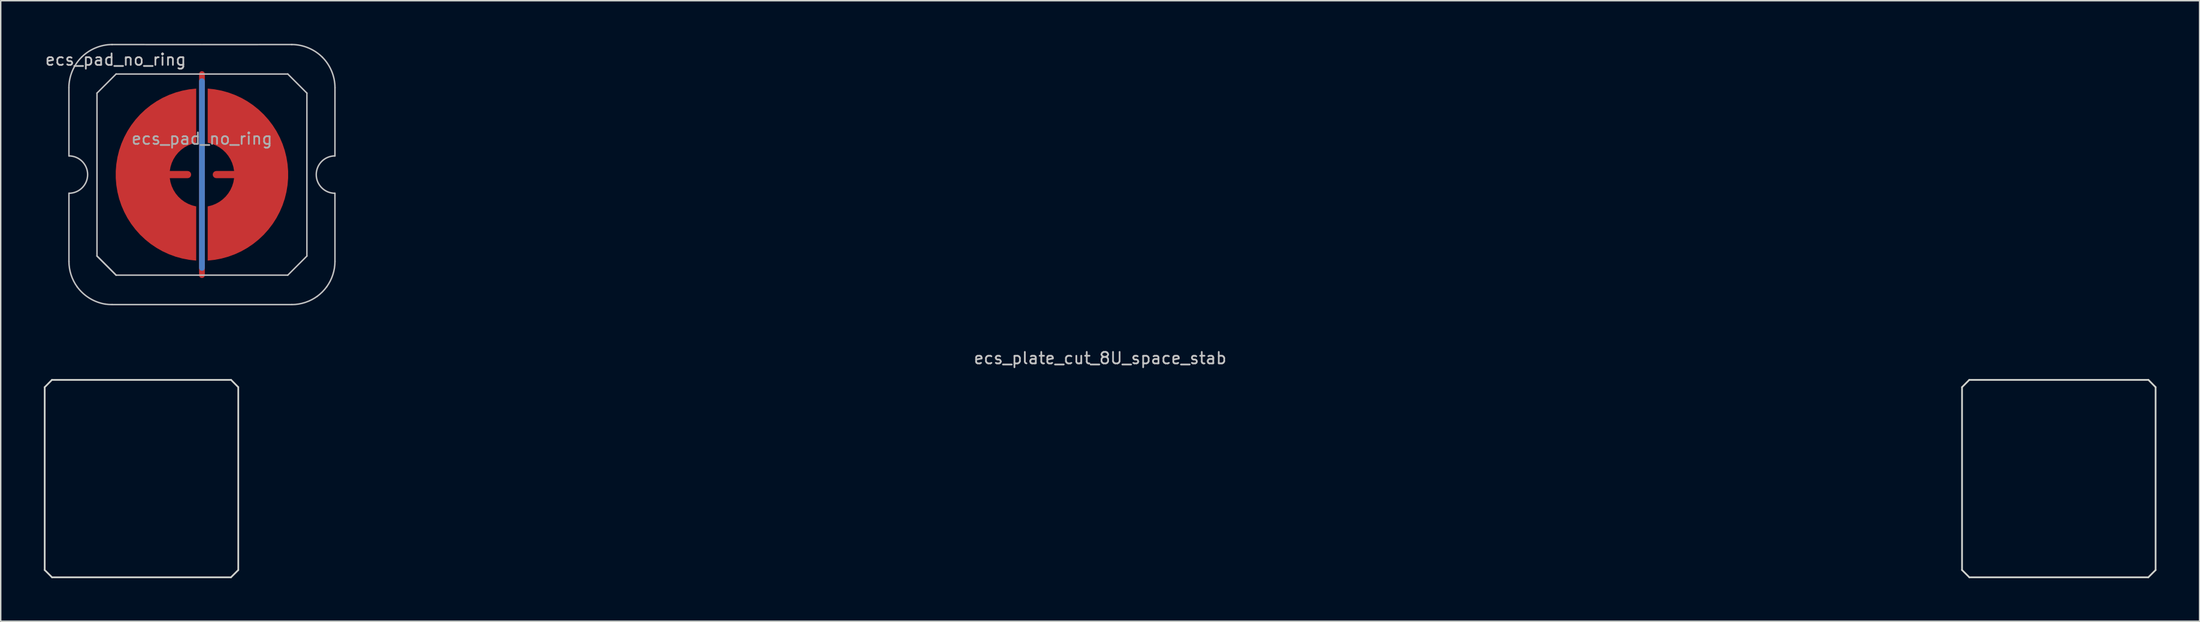
<source format=kicad_pcb>
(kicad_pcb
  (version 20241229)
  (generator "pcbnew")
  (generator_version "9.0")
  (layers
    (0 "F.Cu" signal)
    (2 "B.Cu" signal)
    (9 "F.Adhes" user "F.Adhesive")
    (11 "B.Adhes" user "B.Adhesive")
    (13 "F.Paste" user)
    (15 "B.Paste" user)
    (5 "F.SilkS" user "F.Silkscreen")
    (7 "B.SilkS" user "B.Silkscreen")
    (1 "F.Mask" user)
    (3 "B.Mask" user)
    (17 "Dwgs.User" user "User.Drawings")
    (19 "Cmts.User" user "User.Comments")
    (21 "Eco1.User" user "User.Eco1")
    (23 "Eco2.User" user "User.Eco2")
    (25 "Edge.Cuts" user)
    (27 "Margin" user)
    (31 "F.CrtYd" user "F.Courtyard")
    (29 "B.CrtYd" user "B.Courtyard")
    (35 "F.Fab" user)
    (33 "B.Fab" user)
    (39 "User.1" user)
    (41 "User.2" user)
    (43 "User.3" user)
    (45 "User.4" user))
  (footprint "ecs_plate_cut_8U_space_stab"
    (layer "F.Cu")
    (at 73.466 30.263)
    (property "Reference" "ecs_plate_cut_8U_space_stab" (at 0 -8.382 0) (layer "Dwgs.User") (effects (font (size 0.8 0.8) (thickness 0.12))))
    (attr smd)
    (fp_line (start -73.406 -6.364) (end -73.406 6.364) (stroke (width 0.12) (type solid)) (layer "Edge.Cuts"))
    (fp_line (start -73.406 -6.364) (end -72.906 -6.87) (stroke (width 0.12) (type solid)) (layer "Edge.Cuts"))
    (fp_line (start -73.406 6.364) (end -72.899 6.87) (stroke (width 0.12) (type solid)) (layer "Edge.Cuts"))
    (fp_line (start -72.906 -6.87) (end -60.444 -6.87) (stroke (width 0.12) (type solid)) (layer "Edge.Cuts"))
    (fp_line (start -72.899 6.87) (end -60.451 6.87) (stroke (width 0.12) (type solid)) (layer "Edge.Cuts"))
    (fp_line (start -60.451 6.87) (end -59.944 6.364) (stroke (width 0.12) (type solid)) (layer "Edge.Cuts"))
    (fp_line (start -60.444 -6.87) (end -59.944 -6.364) (stroke (width 0.12) (type solid)) (layer "Edge.Cuts"))
    (fp_line (start -59.944 6.364) (end -59.944 -6.364) (stroke (width 0.12) (type solid)) (layer "Edge.Cuts"))
    (fp_line (start 59.944 -6.364) (end 59.944 6.364) (stroke (width 0.12) (type solid)) (layer "Edge.Cuts"))
    (fp_line (start 59.944 -6.364) (end 60.444 -6.87) (stroke (width 0.12) (type solid)) (layer "Edge.Cuts"))
    (fp_line (start 59.944 6.364) (end 60.451 6.87) (stroke (width 0.12) (type solid)) (layer "Edge.Cuts"))
    (fp_line (start 60.444 -6.87) (end 72.906 -6.87) (stroke (width 0.12) (type solid)) (layer "Edge.Cuts"))
    (fp_line (start 60.451 6.87) (end 72.899 6.87) (stroke (width 0.12) (type solid)) (layer "Edge.Cuts"))
    (fp_line (start 72.899 6.87) (end 73.406 6.364) (stroke (width 0.12) (type solid)) (layer "Edge.Cuts"))
    (fp_line (start 72.906 -6.87) (end 73.406 -6.364) (stroke (width 0.12) (type solid)) (layer "Edge.Cuts"))
    (fp_line (start 73.406 6.364) (end 73.406 -6.364) (stroke (width 0.12) (type solid)) (layer "Edge.Cuts")))
  (footprint "ecs_pad_no_ring"
    (layer "F.Cu")
    (at 10.995 9.102)
    (property "Reference" "ecs_pad_no_ring" (at -6 -8 0) (layer "Dwgs.User") (effects (font (size 0.8 0.8) (thickness 0.12))))
    (attr smd)
    (fp_line (start -9.252 -6.05) (end -9.25 -1.3) (stroke (width 0.1) (type solid)) (layer "Dwgs.User"))
    (fp_line (start -9.25 1.3) (end -9.25 6.049) (stroke (width 0.1) (type solid)) (layer "Dwgs.User"))
    (fp_line (start -7.3 -5.67) (end -5.97 -7) (stroke (width 0.1) (type solid)) (layer "Dwgs.User"))
    (fp_line (start -7.3 5.67) (end -7.3 -5.67) (stroke (width 0.1) (type solid)) (layer "Dwgs.User"))
    (fp_line (start -7.3 5.67) (end -5.97 7) (stroke (width 0.1) (type solid)) (layer "Dwgs.User"))
    (fp_line (start -5.97 -7) (end 5.97 -7) (stroke (width 0.1) (type solid)) (layer "Dwgs.User"))
    (fp_line (start -5.97 7) (end -7.3 5.67) (stroke (width 0.1) (type solid)) (layer "Dwgs.User"))
    (fp_line (start 5.97 -7) (end 7.3 -5.67) (stroke (width 0.1) (type solid)) (layer "Dwgs.User"))
    (fp_line (start 5.97 7) (end -5.97 7) (stroke (width 0.1) (type solid)) (layer "Dwgs.User"))
    (fp_line (start 7.3 -5.67) (end 7.3 5.67) (stroke (width 0.1) (type solid)) (layer "Dwgs.User"))
    (fp_line (start 7.3 5.67) (end 5.97 7) (stroke (width 0.1) (type solid)) (layer "Dwgs.User"))
    (fp_line (start 9.25 1.3) (end 9.251 6.049) (stroke (width 0.1) (type solid)) (layer "Dwgs.User"))
    (fp_line (start 9.252 -6.05) (end 9.25 -1.3) (stroke (width 0.1) (type solid)) (layer "Dwgs.User"))
    (fp_arc (start -9.25 -1.3) (mid -7.95 0) (end -9.25 1.3) (stroke (width 0.1) (type solid)) (layer "Dwgs.User"))
    (fp_arc (start 9.25 1.3) (mid 7.95 0) (end 9.25 -1.3) (stroke (width 0.1) (type solid)) (layer "Dwgs.User"))
    (fp_curve (pts (xy -9.25 6.049) (xy -9.25 6.677) (xy -9.046 7.307) (xy -8.677 7.814)) (stroke (width 0.1) (type solid)) (layer "Dwgs.User"))
    (fp_curve (pts (xy -8.677 7.814) (xy -8.215 8.449) (xy -7.496 8.893) (xy -6.72 9.015)) (stroke (width 0.1) (type solid)) (layer "Dwgs.User"))
    (fp_curve (pts (xy -8.372 -8.172) (xy -8.926 -7.618) (xy -9.254 -6.836) (xy -9.252 -6.05)) (stroke (width 0.1) (type solid)) (layer "Dwgs.User"))
    (fp_curve (pts (xy -6.72 9.015) (xy -6.564 9.039) (xy -6.407 9.05) (xy -6.25 9.05)) (stroke (width 0.1) (type solid)) (layer "Dwgs.User"))
    (fp_curve (pts (xy -6.25 9.05) (xy -2.118 9.052) (xy 2.117 9.05) (xy 6.25 9.05)) (stroke (width 0.1) (type solid)) (layer "Dwgs.User"))
    (fp_curve (pts (xy -6.25 -9.052) (xy -7.035 -9.053) (xy -7.817 -8.726) (xy -8.372 -8.172)) (stroke (width 0.1) (type solid)) (layer "Dwgs.User"))
    (fp_curve (pts (xy 6.25 -9.052) (xy 2.116 -9.046) (xy -2.116 -9.046) (xy -6.25 -9.052)) (stroke (width 0.1) (type solid)) (layer "Dwgs.User"))
    (fp_curve (pts (xy 6.25 9.05) (xy 6.878 9.05) (xy 7.504 8.844) (xy 8.013 8.476)) (stroke (width 0.1) (type solid)) (layer "Dwgs.User"))
    (fp_curve (pts (xy 8.013 8.476) (xy 8.267 8.291) (xy 8.492 8.066) (xy 8.676 7.812)) (stroke (width 0.1) (type solid)) (layer "Dwgs.User"))
    (fp_curve (pts (xy 8.372 -8.172) (xy 7.817 -8.726) (xy 7.035 -9.053) (xy 6.25 -9.052)) (stroke (width 0.1) (type solid)) (layer "Dwgs.User"))
    (fp_curve (pts (xy 8.676 7.812) (xy 9.045 7.303) (xy 9.251 6.678) (xy 9.251 6.049)) (stroke (width 0.1) (type solid)) (layer "Dwgs.User"))
    (fp_curve (pts (xy 9.252 -6.05) (xy 9.254 -6.836) (xy 8.926 -7.618) (xy 8.372 -8.172)) (stroke (width 0.1) (type solid)) (layer "Dwgs.User"))
    (fp_text user "${REFERENCE}" (at 0 -2.5 0) (layer "F.Fab") (effects (font (size 0.8 0.8) (thickness 0.12))))
    (pad "1" smd custom (at -1 0) (size 0.4 0.4) (layers "F.Cu") (options (anchor circle)) (primitives (gr_poly (pts (xy 0.6 -2.214) (xy 0.32 -2.145) (xy 0.052 -2.041) (xy -0.201 -1.903) (xy -0.434 -1.734) (xy -0.644 -1.536) (xy -0.826 -1.314) (xy -0.979 -1.07) (xy -1.1 -0.808) (xy -1.186 -0.534) (xy -1.236 -0.25) (xy 0 -0.25) (xy 0.096 -0.231) (xy 0.177 -0.177) (xy 0.231 -0.096) (xy 0.25 0) (xy 0.231 0.096) (xy 0.177 0.177) (xy 0.096 0.231) (xy 0 0.25) (xy -1.236 0.25) (xy -1.186 0.534) (xy -1.1 0.808) (xy -0.979 1.07) (xy -0.826 1.314) (xy -0.644 1.536) (xy -0.434 1.734) (xy -0.201 1.903) (xy 0.052 2.041) (xy 0.32 2.145) (xy 0.6 2.214) (xy 0.6 5.987) (xy 0.115 5.934) (xy -0.364 5.843) (xy -0.834 5.713) (xy -1.292 5.545) (xy -1.735 5.341) (xy -2.159 5.101) (xy -2.563 4.827) (xy -2.943 4.522) (xy -3.298 4.187) (xy -3.623 3.824) (xy -3.919 3.436) (xy -4.182 3.025) (xy -4.41 2.594) (xy -4.603 2.147) (xy -4.759 1.684) (xy -4.876 1.211) (xy -4.955 0.73) (xy -4.995 0.244) (xy -4.995 -0.244) (xy -4.955 -0.73) (xy -4.876 -1.211) (xy -4.759 -1.684) (xy -4.603 -2.147) (xy -4.41 -2.594) (xy -4.182 -3.025) (xy -3.919 -3.436) (xy -3.623 -3.824) (xy -3.298 -4.187) (xy -2.943 -4.522) (xy -2.563 -4.827) (xy -2.159 -5.101) (xy -1.735 -5.341) (xy -1.292 -5.545) (xy -0.834 -5.713) (xy -0.364 -5.843) (xy 0.115 -5.934) (xy 0.6 -5.987)) (width 0) (fill yes))))
    (pad "2" smd custom (at 1 0 180) (size 0.4 0.4) (layers "F.Cu") (options (anchor circle)) (primitives (gr_poly (pts (xy 0.6 -2.214) (xy 0.32 -2.145) (xy 0.052 -2.041) (xy -0.201 -1.903) (xy -0.434 -1.734) (xy -0.644 -1.536) (xy -0.826 -1.314) (xy -0.979 -1.07) (xy -1.1 -0.808) (xy -1.186 -0.534) (xy -1.236 -0.25) (xy 0 -0.25) (xy 0.096 -0.231) (xy 0.177 -0.177) (xy 0.231 -0.096) (xy 0.25 0) (xy 0.231 0.096) (xy 0.177 0.177) (xy 0.096 0.231) (xy 0 0.25) (xy -1.236 0.25) (xy -1.186 0.534) (xy -1.1 0.808) (xy -0.979 1.07) (xy -0.826 1.314) (xy -0.644 1.536) (xy -0.434 1.734) (xy -0.201 1.903) (xy 0.052 2.041) (xy 0.32 2.145) (xy 0.6 2.214) (xy 0.6 5.987) (xy 0.115 5.934) (xy -0.364 5.843) (xy -0.834 5.713) (xy -1.292 5.545) (xy -1.735 5.341) (xy -2.159 5.101) (xy -2.563 4.827) (xy -2.943 4.522) (xy -3.298 4.187) (xy -3.623 3.824) (xy -3.919 3.436) (xy -4.182 3.025) (xy -4.41 2.594) (xy -4.603 2.147) (xy -4.759 1.684) (xy -4.876 1.211) (xy -4.955 0.73) (xy -4.995 0.244) (xy -4.995 -0.244) (xy -4.955 -0.73) (xy -4.876 -1.211) (xy -4.759 -1.684) (xy -4.603 -2.147) (xy -4.41 -2.594) (xy -4.182 -3.025) (xy -3.919 -3.436) (xy -3.623 -3.824) (xy -3.298 -4.187) (xy -2.943 -4.522) (xy -2.563 -4.827) (xy -2.159 -5.101) (xy -1.735 -5.341) (xy -1.292 -5.545) (xy -0.834 -5.713) (xy -0.364 -5.843) (xy 0.115 -5.934) (xy 0.6 -5.987)) (width 0) (fill yes))))
    (pad "3" smd custom (at 0 0) (size 0.4 0.4) (layers "F.Cu") (options (anchor rect)) (primitives (gr_line (start 0 -7) (end 0 7) (width 0.4))))
    (pad "3" smd custom (at 0 0) (size 0.4 0.4) (layers "B.Cu") (options (anchor rect)) (primitives (gr_line (start 0 -6.5) (end 0 6.5) (width 0.4))))
    (zone (net_name "") (layer "F.Cu") (hatch edge 0.508) (connect_pads) (min_thickness 0.254) (filled_areas_thickness no) (keepout (tracks allowed) (vias allowed) (pads allowed) (copperpour not_allowed) (footprints allowed)) (placement (enabled no)) (fill) (polygon (pts (xy 18 9.102) (xy 17.981 8.589) (xy 17.925 8.078) (xy 17.831 7.574) (xy 17.701 7.077) (xy 17.535 6.591) (xy 17.333 6.119) (xy 17.098 5.663) (xy 16.83 5.225) (xy 16.53 4.808) (xy 16.201 4.415) (xy 15.844 4.046) (xy 15.46 3.704) (xy 15.053 3.392) (xy 14.624 3.11) (xy 14.175 2.86) (xy 13.71 2.644) (xy 13.23 2.463) (xy 12.737 2.317) (xy 12.236 2.208) (xy 11.727 2.135) (xy 11.215 2.1) (xy 10.702 2.103) (xy 10.19 2.143) (xy 9.683 2.221) (xy 9.182 2.335) (xy 8.692 2.486) (xy 8.213 2.673) (xy 7.75 2.894) (xy 7.304 3.148) (xy 6.878 3.435) (xy 6.474 3.751) (xy 6.094 4.097) (xy 5.741 4.469) (xy 5.416 4.867) (xy 5.12 5.287) (xy 4.857 5.727) (xy 4.626 6.186) (xy 4.43 6.66) (xy 4.268 7.147) (xy 4.143 7.645) (xy 4.055 8.151) (xy 4.004 8.662) (xy 3.991 9.175) (xy 4.015 9.688) (xy 4.077 10.198) (xy 4.175 10.701) (xy 4.311 11.196) (xy 4.482 11.68) (xy 4.689 12.15) (xy 4.929 12.604) (xy 5.202 13.039) (xy 5.506 13.453) (xy 5.839 13.843) (xy 6.2 14.208) (xy 6.587 14.546) (xy 6.997 14.854) (xy 7.429 15.131) (xy 7.881 15.376) (xy 8.348 15.587) (xy 8.831 15.764) (xy 9.324 15.904) (xy 9.827 16.009) (xy 10.336 16.076) (xy 10.849 16.105) (xy 11.362 16.097) (xy 11.873 16.051) (xy 12.38 15.968) (xy 12.879 15.849) (xy 13.368 15.692) (xy 13.844 15.501) (xy 14.305 15.275) (xy 14.749 15.016) (xy 15.172 14.725) (xy 15.572 14.404) (xy 15.948 14.055) (xy 16.298 13.679) (xy 16.619 13.278) (xy 16.91 12.855) (xy 17.169 12.412) (xy 17.395 11.951) (xy 17.586 11.475) (xy 17.742 10.985) (xy 17.862 10.486) (xy 17.945 9.98) (xy 17.991 9.468))))
    (zone (net_name "") (layer "B.Cu") (hatch edge 0.508) (connect_pads) (min_thickness 0.254) (filled_areas_thickness no) (keepout (tracks allowed) (vias allowed) (pads allowed) (copperpour not_allowed) (footprints allowed)) (placement (enabled no)) (fill) (polygon (pts (xy 17.553 9.102) (xy 17.533 8.587) (xy 17.473 8.076) (xy 17.372 7.571) (xy 17.233 7.075) (xy 17.054 6.592) (xy 16.839 6.124) (xy 16.587 5.675) (xy 16.301 5.247) (xy 15.982 4.842) (xy 15.633 4.464) (xy 15.254 4.115) (xy 14.85 3.796) (xy 14.422 3.51) (xy 13.973 3.258) (xy 13.505 3.043) (xy 13.022 2.864) (xy 12.526 2.725) (xy 12.021 2.624) (xy 11.51 2.564) (xy 10.995 2.543) (xy 10.481 2.564) (xy 9.969 2.624) (xy 9.464 2.725) (xy 8.969 2.864) (xy 8.486 3.043) (xy 8.018 3.258) (xy 7.569 3.51) (xy 7.14 3.796) (xy 6.736 4.115) (xy 6.358 4.464) (xy 6.008 4.842) (xy 5.689 5.247) (xy 5.403 5.675) (xy 5.152 6.124) (xy 4.936 6.592) (xy 4.758 7.075) (xy 4.618 7.571) (xy 4.518 8.076) (xy 4.457 8.587) (xy 4.437 9.102) (xy 4.457 9.616) (xy 4.518 10.128) (xy 4.618 10.633) (xy 4.758 11.128) (xy 4.936 11.611) (xy 5.152 12.079) (xy 5.403 12.528) (xy 5.689 12.957) (xy 6.008 13.361) (xy 6.358 13.739) (xy 6.736 14.089) (xy 7.14 14.407) (xy 7.569 14.694) (xy 8.018 14.945) (xy 8.486 15.161) (xy 8.969 15.339) (xy 9.464 15.479) (xy 9.969 15.579) (xy 10.481 15.64) (xy 10.995 15.66) (xy 11.51 15.64) (xy 12.021 15.579) (xy 12.526 15.479) (xy 13.022 15.339) (xy 13.505 15.161) (xy 13.973 14.945) (xy 14.422 14.694) (xy 14.85 14.407) (xy 15.254 14.089) (xy 15.633 13.739) (xy 15.982 13.361) (xy 16.301 12.957) (xy 16.587 12.528) (xy 16.839 12.079) (xy 17.054 11.611) (xy 17.233 11.128) (xy 17.372 10.633) (xy 17.473 10.128) (xy 17.533 9.616)))))
  (gr_rect
    (start -3 -3)
    (end 149.932 40.193)
    (stroke (width 0.1) (type default))
    (fill no)
    (layer "Edge.Cuts")))
</source>
